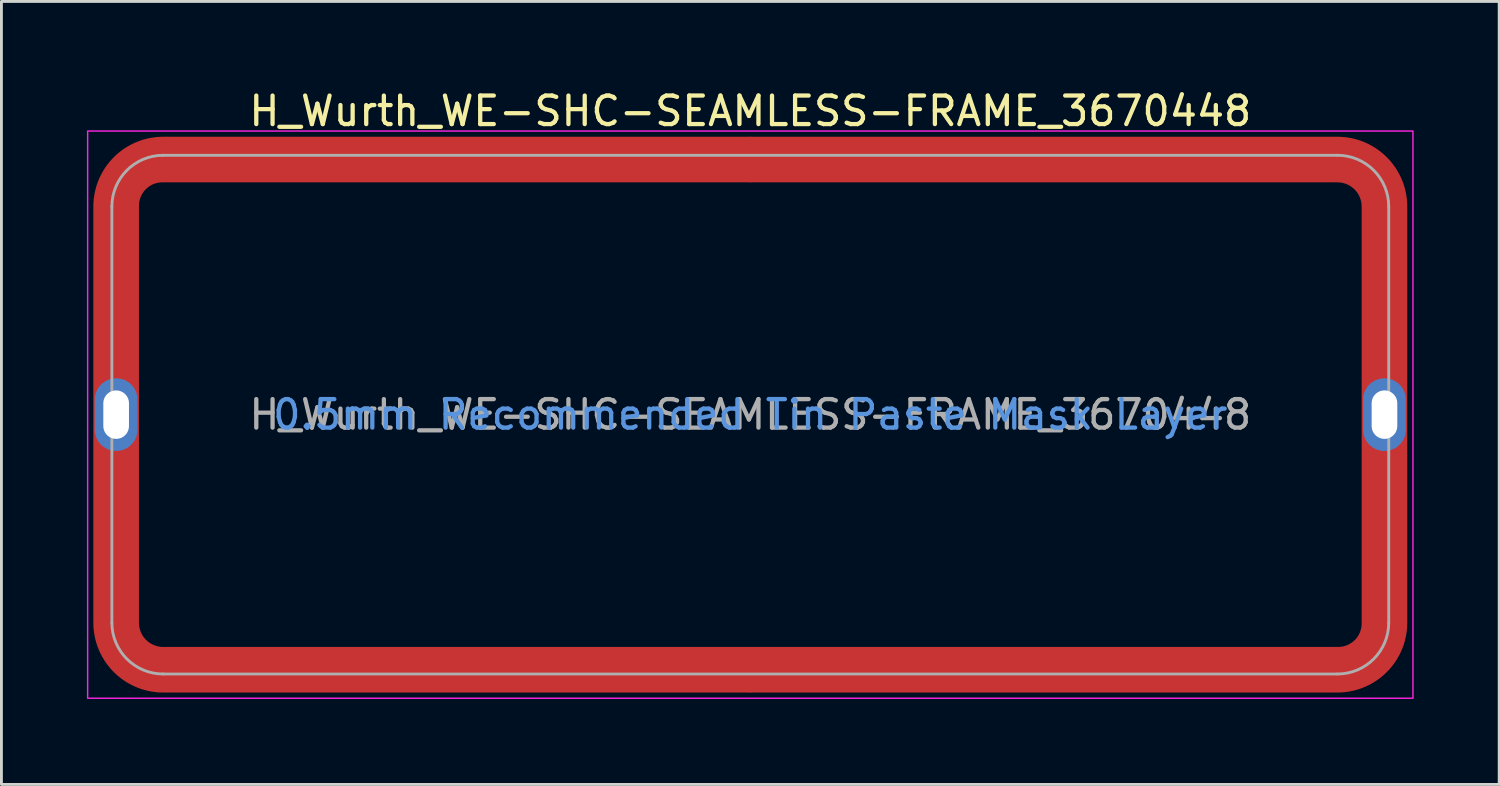
<source format=kicad_pcb>
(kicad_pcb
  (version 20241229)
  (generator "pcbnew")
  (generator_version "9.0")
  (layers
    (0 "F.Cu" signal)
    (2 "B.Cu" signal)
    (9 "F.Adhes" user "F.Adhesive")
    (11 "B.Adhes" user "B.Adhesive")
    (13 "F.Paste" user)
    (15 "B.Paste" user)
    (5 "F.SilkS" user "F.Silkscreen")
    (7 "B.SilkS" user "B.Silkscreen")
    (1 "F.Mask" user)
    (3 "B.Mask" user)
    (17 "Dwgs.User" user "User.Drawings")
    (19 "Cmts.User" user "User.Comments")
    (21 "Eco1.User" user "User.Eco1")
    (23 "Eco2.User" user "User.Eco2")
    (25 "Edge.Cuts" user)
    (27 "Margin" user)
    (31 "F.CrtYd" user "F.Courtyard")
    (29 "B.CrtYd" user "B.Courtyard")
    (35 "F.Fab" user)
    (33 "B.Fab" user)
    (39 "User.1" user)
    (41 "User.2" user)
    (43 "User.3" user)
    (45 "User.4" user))
  (footprint "H_Wurth_WE-SHC-SEAMLESS-FRAME_3670448"
    (layer "F.Cu")
    (at 23.275 11.498)
    (property "Reference" "H_Wurth_WE-SHC-SEAMLESS-FRAME_3670448" (at 0 -10.65 0) (unlocked yes) (layer "F.SilkS") (effects (font (size 1 1) (thickness 0.15))))
    (attr smd)
    (fp_poly (pts (xy -0.004 -8.2) (xy -0.004 -9.7) (xy 20.6 -9.7) (xy 20.726 -9.697) (xy 20.851 -9.687) (xy 20.975 -9.67) (xy 21.099 -9.648) (xy 21.221 -9.618) (xy 21.342 -9.583) (xy 21.46 -9.541) (xy 21.576 -9.493) (xy 21.69 -9.438) (xy 21.8 -9.378) (xy 21.907 -9.313) (xy 22.011 -9.242) (xy 22.11 -9.165) (xy 22.206 -9.084) (xy 22.297 -8.997) (xy 22.384 -8.906) (xy 22.465 -8.81) (xy 22.542 -8.711) (xy 22.613 -8.607) (xy 22.678 -8.5) (xy 22.738 -8.39) (xy 22.793 -8.276) (xy 22.841 -8.16) (xy 22.883 -8.042) (xy 22.918 -7.921) (xy 22.948 -7.799) (xy 22.97 -7.675) (xy 22.987 -7.551) (xy 22.997 -7.426) (xy 23 -7.3) (xy 23 7.3) (xy 22.997 7.426) (xy 22.987 7.551) (xy 22.97 7.675) (xy 22.948 7.799) (xy 22.918 7.921) (xy 22.883 8.042) (xy 22.841 8.16) (xy 22.793 8.276) (xy 22.738 8.39) (xy 22.678 8.5) (xy 22.613 8.607) (xy 22.542 8.711) (xy 22.465 8.81) (xy 22.384 8.906) (xy 22.297 8.997) (xy 22.206 9.084) (xy 22.11 9.165) (xy 22.011 9.242) (xy 21.907 9.313) (xy 21.8 9.378) (xy 21.69 9.438) (xy 21.576 9.493) (xy 21.46 9.541) (xy 21.342 9.583) (xy 21.221 9.618) (xy 21.099 9.648) (xy 20.975 9.67) (xy 20.851 9.687) (xy 20.726 9.697) (xy 20.6 9.7) (xy -0.004 9.7) (xy -0.004 8.2) (xy 20.65 8.2) (xy 20.701 8.197) (xy 20.747 8.192) (xy 20.792 8.184) (xy 20.837 8.174) (xy 20.881 8.162) (xy 20.924 8.148) (xy 20.967 8.131) (xy 21.009 8.112) (xy 21.049 8.091) (xy 21.089 8.067) (xy 21.127 8.042) (xy 21.164 8.015) (xy 21.199 7.986) (xy 21.233 7.955) (xy 21.265 7.922) (xy 21.296 7.888) (xy 21.324 7.852) (xy 21.351 7.814) (xy 21.375 7.776) (xy 21.398 7.736) (xy 21.418 7.695) (xy 21.437 7.653) (xy 21.453 7.61) (xy 21.466 7.566) (xy 21.478 7.522) (xy 21.487 7.477) (xy 21.494 7.432) (xy 21.498 7.386) (xy 21.5 7.34) (xy 21.5 7.3) (xy 21.5 -7.3) (xy 21.499 -7.347) (xy 21.495 -7.394) (xy 21.489 -7.441) (xy 21.48 -7.487) (xy 21.469 -7.533) (xy 21.456 -7.578) (xy 21.44 -7.623) (xy 21.422 -7.666) (xy 21.402 -7.709) (xy 21.379 -7.75) (xy 21.355 -7.79) (xy 21.328 -7.829) (xy 21.299 -7.866) (xy 21.269 -7.902) (xy 21.236 -7.936) (xy 21.202 -7.969) (xy 21.166 -7.999) (xy 21.129 -8.028) (xy 21.09 -8.055) (xy 21.05 -8.079) (xy 21.009 -8.102) (xy 20.966 -8.122) (xy 20.923 -8.14) (xy 20.878 -8.156) (xy 20.833 -8.169) (xy 20.787 -8.18) (xy 20.741 -8.189) (xy 20.694 -8.195) (xy 20.647 -8.199) (xy 20.6 -8.2) (xy 0.25 -8.2)) (stroke (width 0.1) (type solid)) (fill yes) (layer "F.Cu"))
    (fp_poly (pts (xy 0.004 8.2) (xy 0.004 9.7) (xy -20.6 9.7) (xy -20.726 9.697) (xy -20.851 9.687) (xy -20.975 9.67) (xy -21.099 9.648) (xy -21.221 9.618) (xy -21.342 9.583) (xy -21.46 9.541) (xy -21.576 9.493) (xy -21.69 9.438) (xy -21.8 9.378) (xy -21.907 9.313) (xy -22.011 9.242) (xy -22.11 9.165) (xy -22.206 9.084) (xy -22.297 8.997) (xy -22.384 8.906) (xy -22.465 8.81) (xy -22.542 8.711) (xy -22.613 8.607) (xy -22.678 8.5) (xy -22.738 8.39) (xy -22.793 8.276) (xy -22.841 8.16) (xy -22.883 8.042) (xy -22.918 7.921) (xy -22.948 7.799) (xy -22.97 7.675) (xy -22.987 7.551) (xy -22.997 7.426) (xy -23 7.3) (xy -23 -7.3) (xy -22.997 -7.426) (xy -22.987 -7.551) (xy -22.97 -7.675) (xy -22.948 -7.799) (xy -22.918 -7.921) (xy -22.883 -8.042) (xy -22.841 -8.16) (xy -22.793 -8.276) (xy -22.738 -8.39) (xy -22.678 -8.5) (xy -22.613 -8.607) (xy -22.542 -8.711) (xy -22.465 -8.81) (xy -22.384 -8.906) (xy -22.297 -8.997) (xy -22.206 -9.084) (xy -22.11 -9.165) (xy -22.011 -9.242) (xy -21.907 -9.313) (xy -21.8 -9.378) (xy -21.69 -9.438) (xy -21.576 -9.493) (xy -21.46 -9.541) (xy -21.342 -9.583) (xy -21.221 -9.618) (xy -21.099 -9.648) (xy -20.975 -9.67) (xy -20.851 -9.687) (xy -20.726 -9.697) (xy -20.6 -9.7) (xy 0.004 -9.7) (xy 0.004 -8.2) (xy -20.65 -8.2) (xy -20.701 -8.197) (xy -20.747 -8.192) (xy -20.792 -8.184) (xy -20.837 -8.174) (xy -20.881 -8.162) (xy -20.924 -8.148) (xy -20.967 -8.131) (xy -21.009 -8.112) (xy -21.049 -8.091) (xy -21.089 -8.067) (xy -21.127 -8.042) (xy -21.164 -8.015) (xy -21.199 -7.986) (xy -21.233 -7.955) (xy -21.265 -7.922) (xy -21.296 -7.888) (xy -21.324 -7.852) (xy -21.351 -7.814) (xy -21.375 -7.776) (xy -21.398 -7.736) (xy -21.418 -7.695) (xy -21.437 -7.653) (xy -21.453 -7.61) (xy -21.466 -7.566) (xy -21.478 -7.522) (xy -21.487 -7.477) (xy -21.494 -7.432) (xy -21.498 -7.386) (xy -21.5 -7.34) (xy -21.5 -7.3) (xy -21.5 7.3) (xy -21.499 7.347) (xy -21.495 7.394) (xy -21.489 7.441) (xy -21.48 7.487) (xy -21.469 7.533) (xy -21.456 7.578) (xy -21.44 7.623) (xy -21.422 7.666) (xy -21.402 7.709) (xy -21.379 7.75) (xy -21.355 7.79) (xy -21.328 7.829) (xy -21.299 7.866) (xy -21.269 7.902) (xy -21.236 7.936) (xy -21.202 7.969) (xy -21.166 7.999) (xy -21.129 8.028) (xy -21.09 8.055) (xy -21.05 8.079) (xy -21.009 8.102) (xy -20.966 8.122) (xy -20.923 8.14) (xy -20.878 8.156) (xy -20.833 8.169) (xy -20.787 8.18) (xy -20.741 8.189) (xy -20.694 8.195) (xy -20.647 8.199) (xy -20.6 8.2) (xy -0.25 8.2)) (stroke (width 0.1) (type solid)) (fill yes) (layer "F.Cu"))
    (fp_poly (pts (xy -0.004 -8.2) (xy -0.004 -9.7) (xy 20.6 -9.7) (xy 20.726 -9.697) (xy 20.851 -9.687) (xy 20.975 -9.67) (xy 21.099 -9.648) (xy 21.221 -9.618) (xy 21.342 -9.583) (xy 21.46 -9.541) (xy 21.576 -9.493) (xy 21.69 -9.438) (xy 21.8 -9.378) (xy 21.907 -9.313) (xy 22.011 -9.242) (xy 22.11 -9.165) (xy 22.206 -9.084) (xy 22.297 -8.997) (xy 22.384 -8.906) (xy 22.465 -8.81) (xy 22.542 -8.711) (xy 22.613 -8.607) (xy 22.678 -8.5) (xy 22.738 -8.39) (xy 22.793 -8.276) (xy 22.841 -8.16) (xy 22.883 -8.042) (xy 22.918 -7.921) (xy 22.948 -7.799) (xy 22.97 -7.675) (xy 22.987 -7.551) (xy 22.997 -7.426) (xy 23 -7.3) (xy 23 7.3) (xy 22.997 7.426) (xy 22.987 7.551) (xy 22.97 7.675) (xy 22.948 7.799) (xy 22.918 7.921) (xy 22.883 8.042) (xy 22.841 8.16) (xy 22.793 8.276) (xy 22.738 8.39) (xy 22.678 8.5) (xy 22.613 8.607) (xy 22.542 8.711) (xy 22.465 8.81) (xy 22.384 8.906) (xy 22.297 8.997) (xy 22.206 9.084) (xy 22.11 9.165) (xy 22.011 9.242) (xy 21.907 9.313) (xy 21.8 9.378) (xy 21.69 9.438) (xy 21.576 9.493) (xy 21.46 9.541) (xy 21.342 9.583) (xy 21.221 9.618) (xy 21.099 9.648) (xy 20.975 9.67) (xy 20.851 9.687) (xy 20.726 9.697) (xy 20.6 9.7) (xy -0.004 9.7) (xy -0.004 8.2) (xy 20.65 8.2) (xy 20.701 8.197) (xy 20.747 8.192) (xy 20.792 8.184) (xy 20.837 8.174) (xy 20.881 8.162) (xy 20.924 8.148) (xy 20.967 8.131) (xy 21.009 8.112) (xy 21.049 8.091) (xy 21.089 8.067) (xy 21.127 8.042) (xy 21.164 8.015) (xy 21.199 7.986) (xy 21.233 7.955) (xy 21.265 7.922) (xy 21.296 7.888) (xy 21.324 7.852) (xy 21.351 7.814) (xy 21.375 7.776) (xy 21.398 7.736) (xy 21.418 7.695) (xy 21.437 7.653) (xy 21.453 7.61) (xy 21.466 7.566) (xy 21.478 7.522) (xy 21.487 7.477) (xy 21.494 7.432) (xy 21.498 7.386) (xy 21.5 7.34) (xy 21.5 7.3) (xy 21.5 -7.3) (xy 21.499 -7.347) (xy 21.495 -7.394) (xy 21.489 -7.441) (xy 21.48 -7.487) (xy 21.469 -7.533) (xy 21.456 -7.578) (xy 21.44 -7.623) (xy 21.422 -7.666) (xy 21.402 -7.709) (xy 21.379 -7.75) (xy 21.355 -7.79) (xy 21.328 -7.829) (xy 21.299 -7.866) (xy 21.269 -7.902) (xy 21.236 -7.936) (xy 21.202 -7.969) (xy 21.166 -7.999) (xy 21.129 -8.028) (xy 21.09 -8.055) (xy 21.05 -8.079) (xy 21.009 -8.102) (xy 20.966 -8.122) (xy 20.923 -8.14) (xy 20.878 -8.156) (xy 20.833 -8.169) (xy 20.787 -8.18) (xy 20.741 -8.189) (xy 20.694 -8.195) (xy 20.647 -8.199) (xy 20.6 -8.2) (xy 0.25 -8.2)) (stroke (width 0.1) (type solid)) (fill yes) (layer "F.Mask"))
    (fp_poly (pts (xy 0.004 8.2) (xy 0.004 9.7) (xy -20.6 9.7) (xy -20.726 9.697) (xy -20.851 9.687) (xy -20.975 9.67) (xy -21.099 9.648) (xy -21.221 9.618) (xy -21.342 9.583) (xy -21.46 9.541) (xy -21.576 9.493) (xy -21.69 9.438) (xy -21.8 9.378) (xy -21.907 9.313) (xy -22.011 9.242) (xy -22.11 9.165) (xy -22.206 9.084) (xy -22.297 8.997) (xy -22.384 8.906) (xy -22.465 8.81) (xy -22.542 8.711) (xy -22.613 8.607) (xy -22.678 8.5) (xy -22.738 8.39) (xy -22.793 8.276) (xy -22.841 8.16) (xy -22.883 8.042) (xy -22.918 7.921) (xy -22.948 7.799) (xy -22.97 7.675) (xy -22.987 7.551) (xy -22.997 7.426) (xy -23 7.3) (xy -23 -7.3) (xy -22.997 -7.426) (xy -22.987 -7.551) (xy -22.97 -7.675) (xy -22.948 -7.799) (xy -22.918 -7.921) (xy -22.883 -8.042) (xy -22.841 -8.16) (xy -22.793 -8.276) (xy -22.738 -8.39) (xy -22.678 -8.5) (xy -22.613 -8.607) (xy -22.542 -8.711) (xy -22.465 -8.81) (xy -22.384 -8.906) (xy -22.297 -8.997) (xy -22.206 -9.084) (xy -22.11 -9.165) (xy -22.011 -9.242) (xy -21.907 -9.313) (xy -21.8 -9.378) (xy -21.69 -9.438) (xy -21.576 -9.493) (xy -21.46 -9.541) (xy -21.342 -9.583) (xy -21.221 -9.618) (xy -21.099 -9.648) (xy -20.975 -9.67) (xy -20.851 -9.687) (xy -20.726 -9.697) (xy -20.6 -9.7) (xy 0.004 -9.7) (xy 0.004 -8.2) (xy -20.65 -8.2) (xy -20.701 -8.197) (xy -20.747 -8.192) (xy -20.792 -8.184) (xy -20.837 -8.174) (xy -20.881 -8.162) (xy -20.924 -8.148) (xy -20.967 -8.131) (xy -21.009 -8.112) (xy -21.049 -8.091) (xy -21.089 -8.067) (xy -21.127 -8.042) (xy -21.164 -8.015) (xy -21.199 -7.986) (xy -21.233 -7.955) (xy -21.265 -7.922) (xy -21.296 -7.888) (xy -21.324 -7.852) (xy -21.351 -7.814) (xy -21.375 -7.776) (xy -21.398 -7.736) (xy -21.418 -7.695) (xy -21.437 -7.653) (xy -21.453 -7.61) (xy -21.466 -7.566) (xy -21.478 -7.522) (xy -21.487 -7.477) (xy -21.494 -7.432) (xy -21.498 -7.386) (xy -21.5 -7.34) (xy -21.5 -7.3) (xy -21.5 7.3) (xy -21.499 7.347) (xy -21.495 7.394) (xy -21.489 7.441) (xy -21.48 7.487) (xy -21.469 7.533) (xy -21.456 7.578) (xy -21.44 7.623) (xy -21.422 7.666) (xy -21.402 7.709) (xy -21.379 7.75) (xy -21.355 7.79) (xy -21.328 7.829) (xy -21.299 7.866) (xy -21.269 7.902) (xy -21.236 7.936) (xy -21.202 7.969) (xy -21.166 7.999) (xy -21.129 8.028) (xy -21.09 8.055) (xy -21.05 8.079) (xy -21.009 8.102) (xy -20.966 8.122) (xy -20.923 8.14) (xy -20.878 8.156) (xy -20.833 8.169) (xy -20.787 8.18) (xy -20.741 8.189) (xy -20.694 8.195) (xy -20.647 8.199) (xy -20.6 8.2) (xy -0.25 8.2)) (stroke (width 0.1) (type solid)) (fill yes) (layer "F.Mask"))
    (fp_poly (pts (xy -0.004 -8.2) (xy -0.004 -9.7) (xy 20.6 -9.7) (xy 20.726 -9.697) (xy 20.851 -9.687) (xy 20.975 -9.67) (xy 21.099 -9.648) (xy 21.221 -9.618) (xy 21.342 -9.583) (xy 21.46 -9.541) (xy 21.576 -9.493) (xy 21.69 -9.438) (xy 21.8 -9.378) (xy 21.907 -9.313) (xy 22.011 -9.242) (xy 22.11 -9.165) (xy 22.206 -9.084) (xy 22.297 -8.997) (xy 22.384 -8.906) (xy 22.465 -8.81) (xy 22.542 -8.711) (xy 22.613 -8.607) (xy 22.678 -8.5) (xy 22.738 -8.39) (xy 22.793 -8.276) (xy 22.841 -8.16) (xy 22.883 -8.042) (xy 22.918 -7.921) (xy 22.948 -7.799) (xy 22.97 -7.675) (xy 22.987 -7.551) (xy 22.997 -7.426) (xy 23 -7.3) (xy 23 7.3) (xy 22.997 7.426) (xy 22.987 7.551) (xy 22.97 7.675) (xy 22.948 7.799) (xy 22.918 7.921) (xy 22.883 8.042) (xy 22.841 8.16) (xy 22.793 8.276) (xy 22.738 8.39) (xy 22.678 8.5) (xy 22.613 8.607) (xy 22.542 8.711) (xy 22.465 8.81) (xy 22.384 8.906) (xy 22.297 8.997) (xy 22.206 9.084) (xy 22.11 9.165) (xy 22.011 9.242) (xy 21.907 9.313) (xy 21.8 9.378) (xy 21.69 9.438) (xy 21.576 9.493) (xy 21.46 9.541) (xy 21.342 9.583) (xy 21.221 9.618) (xy 21.099 9.648) (xy 20.975 9.67) (xy 20.851 9.687) (xy 20.726 9.697) (xy 20.6 9.7) (xy -0.004 9.7) (xy -0.004 8.2) (xy 20.65 8.2) (xy 20.701 8.197) (xy 20.747 8.192) (xy 20.792 8.184) (xy 20.837 8.174) (xy 20.881 8.162) (xy 20.924 8.148) (xy 20.967 8.131) (xy 21.009 8.112) (xy 21.049 8.091) (xy 21.089 8.067) (xy 21.127 8.042) (xy 21.164 8.015) (xy 21.199 7.986) (xy 21.233 7.955) (xy 21.265 7.922) (xy 21.296 7.888) (xy 21.324 7.852) (xy 21.351 7.814) (xy 21.375 7.776) (xy 21.398 7.736) (xy 21.418 7.695) (xy 21.437 7.653) (xy 21.453 7.61) (xy 21.466 7.566) (xy 21.478 7.522) (xy 21.487 7.477) (xy 21.494 7.432) (xy 21.498 7.386) (xy 21.5 7.34) (xy 21.5 7.3) (xy 21.5 -7.3) (xy 21.499 -7.347) (xy 21.495 -7.394) (xy 21.489 -7.441) (xy 21.48 -7.487) (xy 21.469 -7.533) (xy 21.456 -7.578) (xy 21.44 -7.623) (xy 21.422 -7.666) (xy 21.402 -7.709) (xy 21.379 -7.75) (xy 21.355 -7.79) (xy 21.328 -7.829) (xy 21.299 -7.866) (xy 21.269 -7.902) (xy 21.236 -7.936) (xy 21.202 -7.969) (xy 21.166 -7.999) (xy 21.129 -8.028) (xy 21.09 -8.055) (xy 21.05 -8.079) (xy 21.009 -8.102) (xy 20.966 -8.122) (xy 20.923 -8.14) (xy 20.878 -8.156) (xy 20.833 -8.169) (xy 20.787 -8.18) (xy 20.741 -8.189) (xy 20.694 -8.195) (xy 20.647 -8.199) (xy 20.6 -8.2) (xy 0.25 -8.2)) (stroke (width 0.1) (type solid)) (fill yes) (layer "F.Paste"))
    (fp_poly (pts (xy 0.004 8.2) (xy 0.004 9.7) (xy -20.6 9.7) (xy -20.726 9.697) (xy -20.851 9.687) (xy -20.975 9.67) (xy -21.099 9.648) (xy -21.221 9.618) (xy -21.342 9.583) (xy -21.46 9.541) (xy -21.576 9.493) (xy -21.69 9.438) (xy -21.8 9.378) (xy -21.907 9.313) (xy -22.011 9.242) (xy -22.11 9.165) (xy -22.206 9.084) (xy -22.297 8.997) (xy -22.384 8.906) (xy -22.465 8.81) (xy -22.542 8.711) (xy -22.613 8.607) (xy -22.678 8.5) (xy -22.738 8.39) (xy -22.793 8.276) (xy -22.841 8.16) (xy -22.883 8.042) (xy -22.918 7.921) (xy -22.948 7.799) (xy -22.97 7.675) (xy -22.987 7.551) (xy -22.997 7.426) (xy -23 7.3) (xy -23 -7.3) (xy -22.997 -7.426) (xy -22.987 -7.551) (xy -22.97 -7.675) (xy -22.948 -7.799) (xy -22.918 -7.921) (xy -22.883 -8.042) (xy -22.841 -8.16) (xy -22.793 -8.276) (xy -22.738 -8.39) (xy -22.678 -8.5) (xy -22.613 -8.607) (xy -22.542 -8.711) (xy -22.465 -8.81) (xy -22.384 -8.906) (xy -22.297 -8.997) (xy -22.206 -9.084) (xy -22.11 -9.165) (xy -22.011 -9.242) (xy -21.907 -9.313) (xy -21.8 -9.378) (xy -21.69 -9.438) (xy -21.576 -9.493) (xy -21.46 -9.541) (xy -21.342 -9.583) (xy -21.221 -9.618) (xy -21.099 -9.648) (xy -20.975 -9.67) (xy -20.851 -9.687) (xy -20.726 -9.697) (xy -20.6 -9.7) (xy 0.004 -9.7) (xy 0.004 -8.2) (xy -20.65 -8.2) (xy -20.701 -8.197) (xy -20.747 -8.192) (xy -20.792 -8.184) (xy -20.837 -8.174) (xy -20.881 -8.162) (xy -20.924 -8.148) (xy -20.967 -8.131) (xy -21.009 -8.112) (xy -21.049 -8.091) (xy -21.089 -8.067) (xy -21.127 -8.042) (xy -21.164 -8.015) (xy -21.199 -7.986) (xy -21.233 -7.955) (xy -21.265 -7.922) (xy -21.296 -7.888) (xy -21.324 -7.852) (xy -21.351 -7.814) (xy -21.375 -7.776) (xy -21.398 -7.736) (xy -21.418 -7.695) (xy -21.437 -7.653) (xy -21.453 -7.61) (xy -21.466 -7.566) (xy -21.478 -7.522) (xy -21.487 -7.477) (xy -21.494 -7.432) (xy -21.498 -7.386) (xy -21.5 -7.34) (xy -21.5 -7.3) (xy -21.5 7.3) (xy -21.499 7.347) (xy -21.495 7.394) (xy -21.489 7.441) (xy -21.48 7.487) (xy -21.469 7.533) (xy -21.456 7.578) (xy -21.44 7.623) (xy -21.422 7.666) (xy -21.402 7.709) (xy -21.379 7.75) (xy -21.355 7.79) (xy -21.328 7.829) (xy -21.299 7.866) (xy -21.269 7.902) (xy -21.236 7.936) (xy -21.202 7.969) (xy -21.166 7.999) (xy -21.129 8.028) (xy -21.09 8.055) (xy -21.05 8.079) (xy -21.009 8.102) (xy -20.966 8.122) (xy -20.923 8.14) (xy -20.878 8.156) (xy -20.833 8.169) (xy -20.787 8.18) (xy -20.741 8.189) (xy -20.694 8.195) (xy -20.647 8.199) (xy -20.6 8.2) (xy -0.25 8.2)) (stroke (width 0.1) (type solid)) (fill yes) (layer "F.Paste"))
    (fp_rect (start -23.25 -9.95) (end 23.25 9.95) (stroke (width 0.05) (type solid)) (fill no) (layer "F.CrtYd"))
    (fp_line (start -22.4 7.3) (end -22.4 -7.3) (stroke (width 0.1) (type solid)) (layer "F.Fab"))
    (fp_line (start 20.6 -9.1) (end -20.6 -9.1) (stroke (width 0.1) (type solid)) (layer "F.Fab"))
    (fp_line (start 20.6 9.1) (end -20.6 9.1) (stroke (width 0.1) (type solid)) (layer "F.Fab"))
    (fp_line (start 22.4 7.3) (end 22.4 -7.3) (stroke (width 0.1) (type solid)) (layer "F.Fab"))
    (fp_arc (start -22.4 -7.3) (mid -21.872792 -8.572792) (end -20.6 -9.1) (stroke (width 0.1) (type default)) (layer "F.Fab"))
    (fp_arc (start -20.6 9.1) (mid -21.872792 8.572792) (end -22.4 7.3) (stroke (width 0.1) (type default)) (layer "F.Fab"))
    (fp_arc (start 20.6 -9.1) (mid 21.872792 -8.572792) (end 22.4 -7.3) (stroke (width 0.1) (type default)) (layer "F.Fab"))
    (fp_arc (start 22.4 7.3) (mid 21.872792 8.572792) (end 20.6 9.1) (stroke (width 0.1) (type default)) (layer "F.Fab"))
    (fp_text user "0.5mm Recommended Tin Paste Mask Layer" (at 0 0 0) (unlocked yes) (layer "Cmts.User") (effects (font (size 1 1) (thickness 0.15))))
    (fp_text user "${REFERENCE}" (at 0 0 0) (unlocked yes) (layer "F.Fab") (effects (font (size 1 1) (thickness 0.15))))
    (pad "1" thru_hole oval (at -22.25 0) (size 1.5 2.55) (drill oval 0.9 1.7) (layers "*.Cu" "*.Mask"))
    (pad "1" thru_hole oval (at 22.25 0) (size 1.5 2.55) (drill oval 0.9 1.7) (layers "*.Cu" "*.Mask")))
  (gr_rect
    (start -3 -3)
    (end 49.55 24.473)
    (stroke (width 0.1) (type default))
    (fill no)
    (layer "Edge.Cuts")))
</source>
